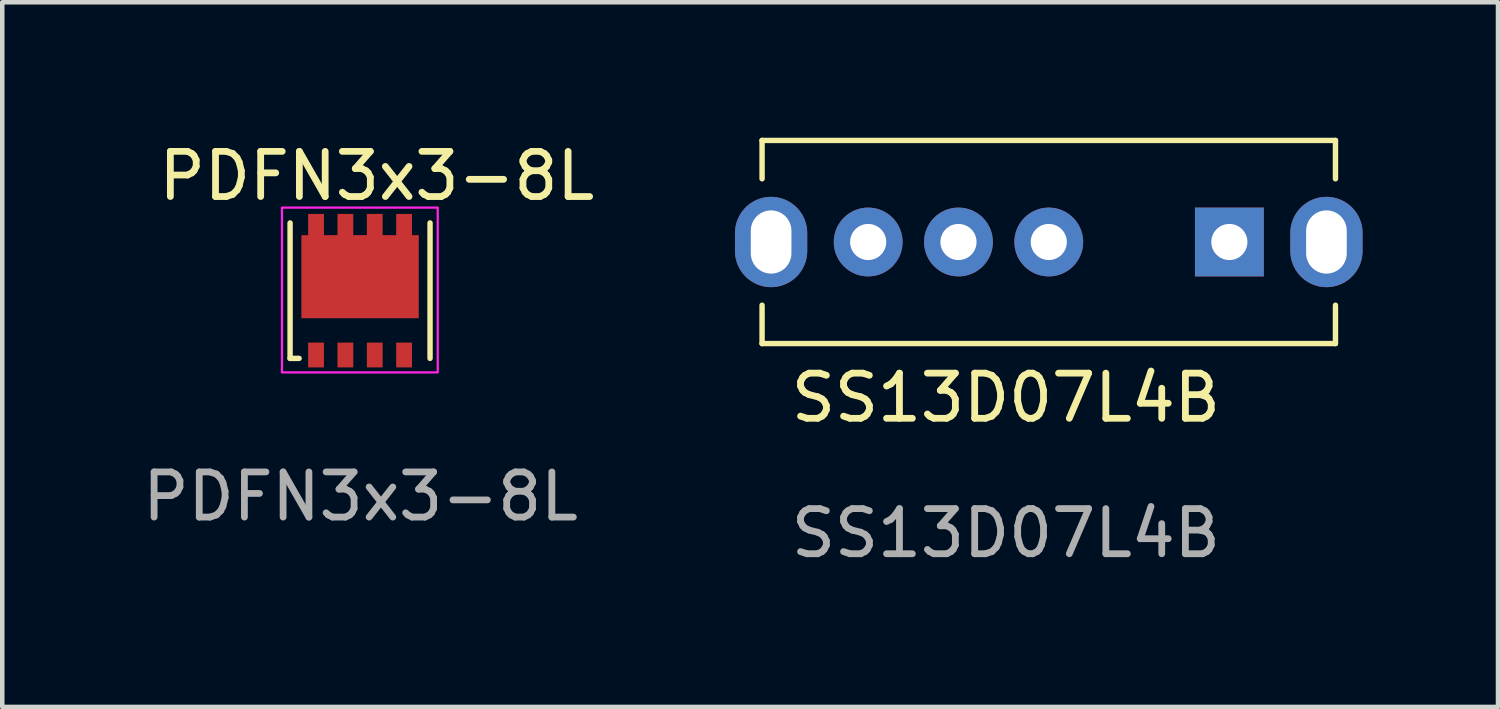
<source format=kicad_pcb>
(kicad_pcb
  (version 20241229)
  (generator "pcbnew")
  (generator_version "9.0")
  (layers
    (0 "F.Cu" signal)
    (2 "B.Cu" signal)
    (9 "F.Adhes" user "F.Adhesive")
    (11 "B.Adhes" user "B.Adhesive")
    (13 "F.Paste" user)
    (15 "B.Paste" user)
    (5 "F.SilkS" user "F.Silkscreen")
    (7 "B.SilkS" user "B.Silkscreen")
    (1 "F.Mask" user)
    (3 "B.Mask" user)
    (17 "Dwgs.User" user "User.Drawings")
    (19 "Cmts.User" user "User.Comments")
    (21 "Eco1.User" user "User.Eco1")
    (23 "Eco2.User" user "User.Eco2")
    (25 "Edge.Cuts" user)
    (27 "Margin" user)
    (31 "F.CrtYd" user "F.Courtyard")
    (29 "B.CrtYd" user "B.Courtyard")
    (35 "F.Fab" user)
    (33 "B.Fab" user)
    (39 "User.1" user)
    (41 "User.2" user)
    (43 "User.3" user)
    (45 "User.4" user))
  (footprint "SS13D07L4B"
    (layer "F.Cu")
    (at 19.229 2.31)
    (property "Reference" "SS13D07L4B" (at 0 3.45 0) (unlocked yes) (layer "F.SilkS") (effects (font (size 1 1) (thickness 0.15))))
    (attr through_hole)
    (fp_line (start -5.4 -2.25) (end -5.4 -1.4) (stroke (width 0.12) (type solid)) (layer "F.SilkS"))
    (fp_line (start -5.4 2.25) (end -5.4 1.4) (stroke (width 0.12) (type solid)) (layer "F.SilkS"))
    (fp_line (start -5.4 2.25) (end 7.3 2.25) (stroke (width 0.12) (type solid)) (layer "F.SilkS"))
    (fp_line (start 7.3 -2.25) (end -5.4 -2.25) (stroke (width 0.12) (type solid)) (layer "F.SilkS"))
    (fp_line (start 7.3 -2.25) (end 7.3 -1.4) (stroke (width 0.12) (type solid)) (layer "F.SilkS"))
    (fp_line (start 7.3 2.25) (end 7.3 1.4) (stroke (width 0.12) (type solid)) (layer "F.SilkS"))
    (fp_text user "${REFERENCE}" (at 0 6.45 0) (unlocked yes) (layer "F.Fab") (effects (font (size 1 1) (thickness 0.15))))
    (pad "" np_thru_hole oval (at -5.2 0) (size 1.6 2) (drill oval 0.9 1.4) (layers "*.Cu" "*.Mask"))
    (pad "" np_thru_hole oval (at 7.1 0) (size 1.6 2) (drill oval 0.9 1.4) (layers "*.Cu" "*.Mask"))
    (pad "1" thru_hole rect (at 4.95 0) (size 1.524 1.524) (drill 0.8) (layers "*.Cu" "*.Mask"))
    (pad "2" thru_hole circle (at -1.05 0) (size 1.524 1.524) (drill 0.8) (layers "*.Cu" "*.Mask"))
    (pad "3" thru_hole circle (at 0.95 0) (size 1.524 1.524) (drill 0.8) (layers "*.Cu" "*.Mask"))
    (pad "4" thru_hole circle (at -3.05 0) (size 1.524 1.524) (drill 0.8) (layers "*.Cu" "*.Mask")))
  (footprint "PDFN3x3-8L"
    (layer "F.Cu")
    (at 4.945 3.348)
    (property "Reference" "PDFN3x3-8L" (at 0.35 -2.5 0) (unlocked yes) (layer "F.SilkS") (effects (font (size 1 1) (thickness 0.15))))
    (attr smd)
    (fp_line (start -1.57 1.54) (end -1.57 -1.46) (stroke (width 0.12) (type solid)) (layer "F.SilkS"))
    (fp_line (start -1.57 1.54) (end -1.37 1.54) (stroke (width 0.12) (type solid)) (layer "F.SilkS"))
    (fp_line (start 1.53 -1.46) (end 1.53 1.54) (stroke (width 0.12) (type solid)) (layer "F.SilkS"))
    (fp_rect (start -1.75 -1.8) (end 1.7 1.85) (stroke (width 0.05) (type solid)) (fill no) (layer "F.CrtYd"))
    (fp_text user "${REFERENCE}" (at -0.01 4.6 0) (unlocked yes) (layer "F.Fab") (effects (font (size 1 1) (thickness 0.15))))
    (pad "1" smd rect (at -0.995 1.465 180) (size 0.35 0.55) (layers "F.Cu" "F.Mask" "F.Paste"))
    (pad "1" smd rect (at -0.345 1.465 180) (size 0.35 0.55) (layers "F.Cu" "F.Mask" "F.Paste"))
    (pad "1" smd rect (at 0.305 1.465 180) (size 0.35 0.55) (layers "F.Cu" "F.Mask" "F.Paste"))
    (pad "2" smd rect (at 0.955 1.465 180) (size 0.35 0.55) (layers "F.Cu" "F.Mask" "F.Paste"))
    (pad "3" smd rect (at -0.995 -1.385 180) (size 0.35 0.55) (layers "F.Cu" "F.Mask" "F.Paste"))
    (pad "3" smd rect (at -0.345 -1.385 180) (size 0.35 0.55) (layers "F.Cu" "F.Mask" "F.Paste"))
    (pad "3" smd rect (at -0.02 -0.27 180) (size 2.6 1.84) (layers "F.Cu" "F.Mask" "F.Paste"))
    (pad "3" smd rect (at 0.305 -1.385 180) (size 0.35 0.55) (layers "F.Cu" "F.Mask" "F.Paste"))
    (pad "3" smd rect (at 0.955 -1.385 180) (size 0.35 0.55) (layers "F.Cu" "F.Mask" "F.Paste")))
  (gr_rect
    (start -3 -3)
    (end 30.129 12.608)
    (stroke (width 0.1) (type default))
    (fill no)
    (layer "Edge.Cuts")))
</source>
